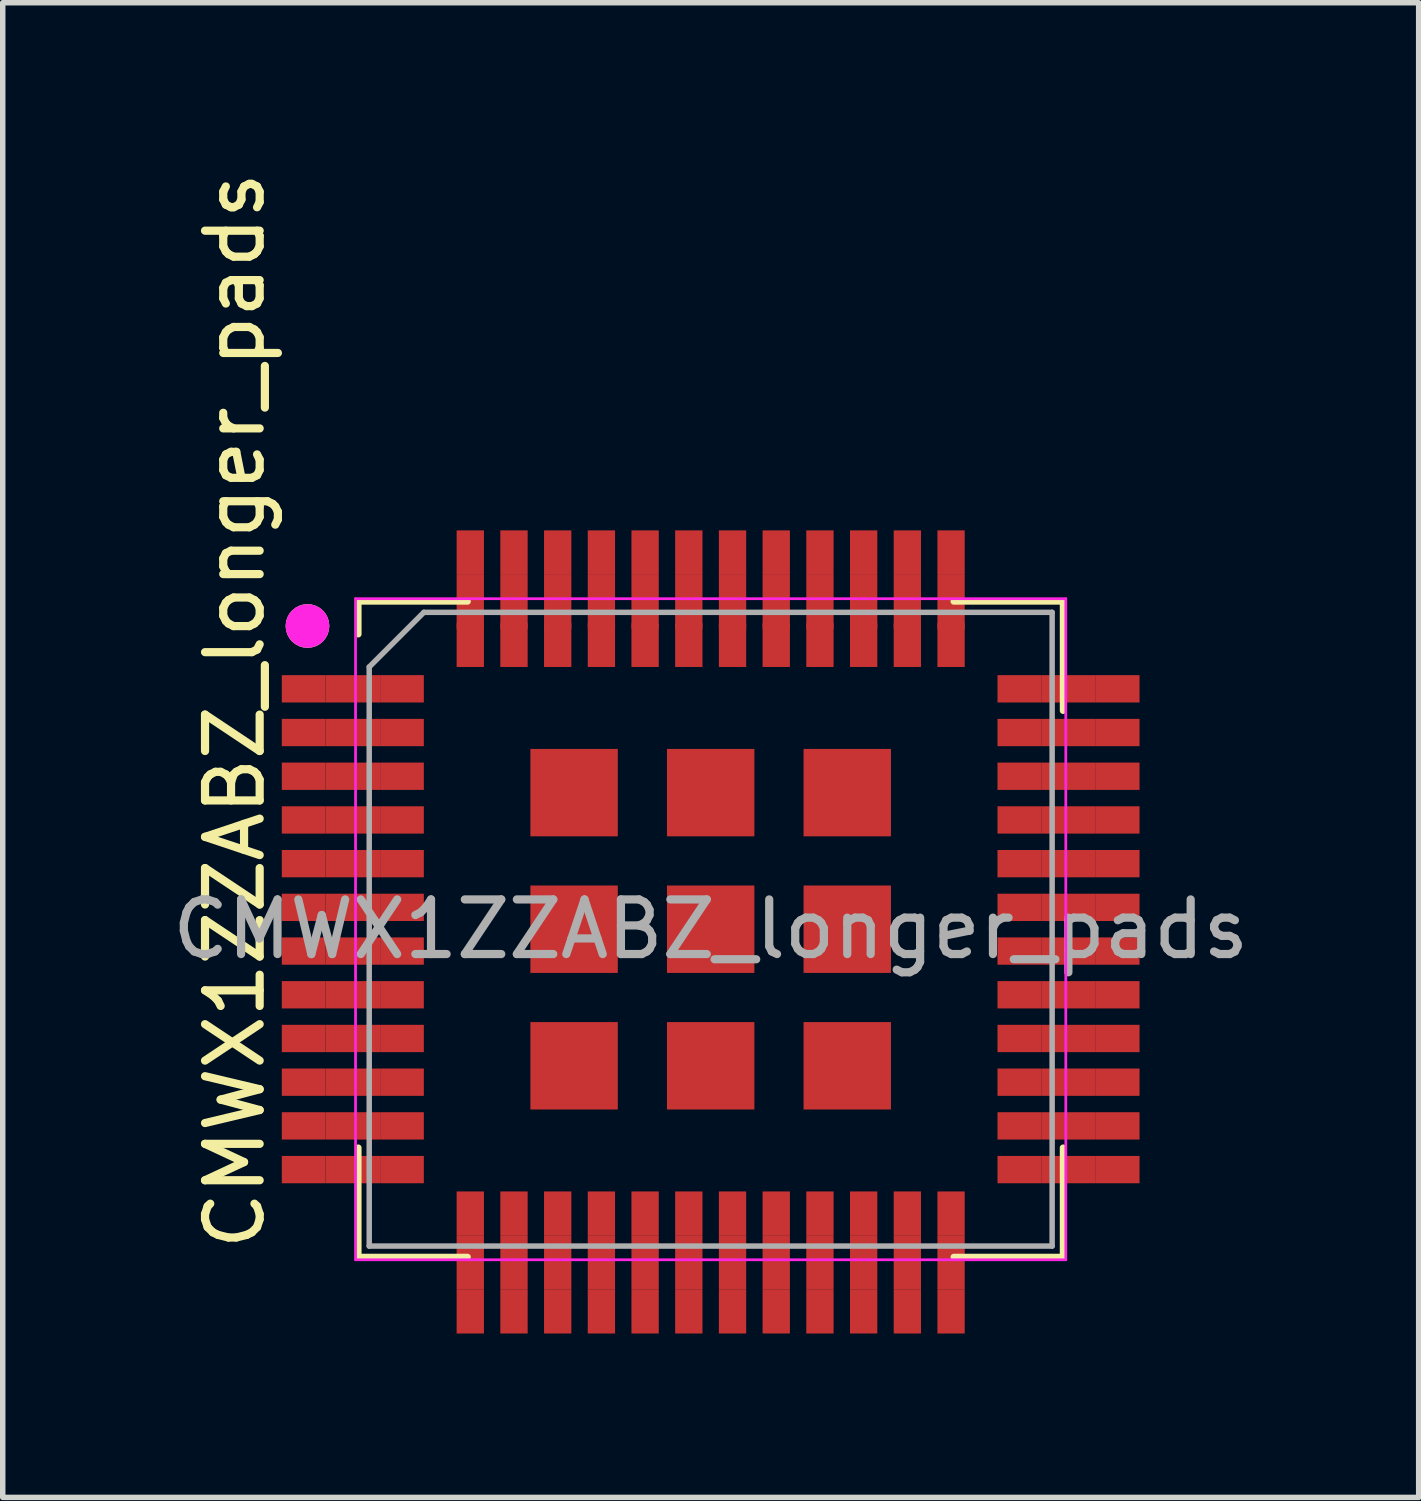
<source format=kicad_pcb>
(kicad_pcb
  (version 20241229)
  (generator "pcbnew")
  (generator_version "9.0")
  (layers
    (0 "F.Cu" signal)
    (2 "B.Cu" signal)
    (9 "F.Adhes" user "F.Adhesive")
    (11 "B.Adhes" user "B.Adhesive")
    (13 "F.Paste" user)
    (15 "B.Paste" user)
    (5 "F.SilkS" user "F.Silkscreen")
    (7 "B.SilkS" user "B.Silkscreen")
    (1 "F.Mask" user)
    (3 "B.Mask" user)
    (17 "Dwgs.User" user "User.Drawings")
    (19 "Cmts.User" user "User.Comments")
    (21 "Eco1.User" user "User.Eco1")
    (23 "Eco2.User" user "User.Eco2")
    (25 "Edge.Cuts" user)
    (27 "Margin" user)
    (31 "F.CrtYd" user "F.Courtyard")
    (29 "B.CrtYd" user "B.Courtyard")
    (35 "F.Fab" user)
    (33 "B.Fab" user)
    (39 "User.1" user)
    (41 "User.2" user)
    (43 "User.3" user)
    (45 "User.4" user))
  (footprint "CMWX1ZZABZ_longer_pads"
    (layer "F.Cu")
    (at 9.958 13.958)
    (property "Reference" "CMWX1ZZABZ_longer_pads" (at -8.71 -4 270) (layer "F.SilkS") (effects (font (size 1 1) (thickness 0.15))))
    (attr smd)
    (fp_line (start -6.45 -6) (end -6.45 -5.4) (stroke (width 0.12) (type solid)) (layer "F.SilkS"))
    (fp_line (start -6.45 -6) (end -4.45 -6) (stroke (width 0.12) (type solid)) (layer "F.SilkS"))
    (fp_line (start -6.45 4) (end -6.45 6) (stroke (width 0.12) (type solid)) (layer "F.SilkS"))
    (fp_line (start -6.45 6) (end -4.45 6) (stroke (width 0.12) (type solid)) (layer "F.SilkS"))
    (fp_line (start 4.45 -6) (end 6.45 -6) (stroke (width 0.12) (type solid)) (layer "F.SilkS"))
    (fp_line (start 4.45 6) (end 6.45 6) (stroke (width 0.12) (type solid)) (layer "F.SilkS"))
    (fp_line (start 6.45 -6) (end 6.45 -4) (stroke (width 0.12) (type solid)) (layer "F.SilkS"))
    (fp_line (start 6.45 4) (end 6.45 6) (stroke (width 0.12) (type solid)) (layer "F.SilkS"))
    (fp_circle (center -7.38 -5.55) (end -7.18 -5.55) (stroke (width 0.4) (type solid)) (fill no) (layer "F.SilkS"))
    (fp_line (start -6.5 -6.05) (end 6.5 -6.05) (stroke (width 0.05) (type solid)) (layer "F.CrtYd"))
    (fp_line (start -6.5 6.05) (end -6.5 -6.05) (stroke (width 0.05) (type solid)) (layer "F.CrtYd"))
    (fp_line (start -6.5 6.05) (end 6.5 6.05) (stroke (width 0.05) (type solid)) (layer "F.CrtYd"))
    (fp_line (start 6.5 -6.05) (end 6.5 6.05) (stroke (width 0.05) (type solid)) (layer "F.CrtYd"))
    (fp_circle (center -7.38 -5.55) (end -7.18 -5.55) (stroke (width 0.4) (type solid)) (fill no) (layer "F.CrtYd"))
    (fp_line (start -6.25 -4.8) (end -6.25 5.8) (stroke (width 0.1) (type solid)) (layer "F.Fab"))
    (fp_line (start -6.25 5.8) (end 6.25 5.8) (stroke (width 0.1) (type solid)) (layer "F.Fab"))
    (fp_line (start -5.25 -5.8) (end -6.25 -4.8) (stroke (width 0.1) (type solid)) (layer "F.Fab"))
    (fp_line (start -5.25 -5.8) (end 6.25 -5.8) (stroke (width 0.1) (type solid)) (layer "F.Fab"))
    (fp_line (start 6.25 -5.8) (end 6.25 5.8) (stroke (width 0.1) (type solid)) (layer "F.Fab"))
    (fp_text user "${REFERENCE}" (at 0 0 0) (layer "F.Fab") (effects (font (size 1 1) (thickness 0.15))))
    (pad "1" smd rect (at -7.45 -4.4) (size 0.8 0.5) (layers "F.Cu" "F.Mask" "F.Paste"))
    (pad "1" connect rect (at -6.55 -4.4) (size 1 0.5) (layers "F.Cu"))
    (pad "1" smd rect (at -5.65 -4.4) (size 0.8 0.5) (layers "F.Cu" "F.Mask" "F.Paste"))
    (pad "2" smd rect (at -7.45 -3.6) (size 0.8 0.5) (layers "F.Cu" "F.Mask" "F.Paste"))
    (pad "2" connect rect (at -6.55 -3.6) (size 1 0.5) (layers "F.Cu"))
    (pad "2" smd rect (at -5.65 -3.6) (size 0.8 0.5) (layers "F.Cu" "F.Mask" "F.Paste"))
    (pad "3" smd rect (at -7.45 -2.8) (size 0.8 0.5) (layers "F.Cu" "F.Mask" "F.Paste"))
    (pad "3" connect rect (at -6.55 -2.8) (size 1 0.5) (layers "F.Cu"))
    (pad "3" smd rect (at -5.65 -2.8) (size 0.8 0.5) (layers "F.Cu" "F.Mask" "F.Paste"))
    (pad "4" smd rect (at -7.45 -2) (size 0.8 0.5) (layers "F.Cu" "F.Mask" "F.Paste"))
    (pad "4" connect rect (at -6.55 -2) (size 1 0.5) (layers "F.Cu"))
    (pad "4" smd rect (at -5.65 -2) (size 0.8 0.5) (layers "F.Cu" "F.Mask" "F.Paste"))
    (pad "5" smd rect (at -7.45 -1.2) (size 0.8 0.5) (layers "F.Cu" "F.Mask" "F.Paste"))
    (pad "5" connect rect (at -6.55 -1.2) (size 1 0.5) (layers "F.Cu"))
    (pad "5" smd rect (at -5.65 -1.2) (size 0.8 0.5) (layers "F.Cu" "F.Mask" "F.Paste"))
    (pad "6" smd rect (at -7.45 -0.4) (size 0.8 0.5) (layers "F.Cu" "F.Mask" "F.Paste"))
    (pad "6" connect rect (at -6.55 -0.4) (size 1 0.5) (layers "F.Cu"))
    (pad "6" smd rect (at -5.65 -0.4) (size 0.8 0.5) (layers "F.Cu" "F.Mask" "F.Paste"))
    (pad "7" smd rect (at -7.45 0.4) (size 0.8 0.5) (layers "F.Cu" "F.Mask" "F.Paste"))
    (pad "7" connect rect (at -6.55 0.4) (size 1 0.5) (layers "F.Cu"))
    (pad "7" smd rect (at -5.65 0.4) (size 0.8 0.5) (layers "F.Cu" "F.Mask" "F.Paste"))
    (pad "8" smd rect (at -7.45 1.2) (size 0.8 0.5) (layers "F.Cu" "F.Mask" "F.Paste"))
    (pad "8" connect rect (at -6.55 1.2) (size 1 0.5) (layers "F.Cu"))
    (pad "8" smd rect (at -5.65 1.2) (size 0.8 0.5) (layers "F.Cu" "F.Mask" "F.Paste"))
    (pad "9" smd rect (at -7.45 2) (size 0.8 0.5) (layers "F.Cu" "F.Mask" "F.Paste"))
    (pad "9" connect rect (at -6.55 2) (size 1 0.5) (layers "F.Cu"))
    (pad "9" smd rect (at -5.65 2) (size 0.8 0.5) (layers "F.Cu" "F.Mask" "F.Paste"))
    (pad "10" smd rect (at -7.45 2.8) (size 0.8 0.5) (layers "F.Cu" "F.Mask" "F.Paste"))
    (pad "10" connect rect (at -6.55 2.8) (size 1 0.5) (layers "F.Cu"))
    (pad "10" smd rect (at -5.65 2.8) (size 0.8 0.5) (layers "F.Cu" "F.Mask" "F.Paste"))
    (pad "11" smd rect (at -7.45 3.6) (size 0.8 0.5) (layers "F.Cu" "F.Mask" "F.Paste"))
    (pad "11" connect rect (at -6.55 3.6) (size 1 0.5) (layers "F.Cu"))
    (pad "11" smd rect (at -5.65 3.6) (size 0.8 0.5) (layers "F.Cu" "F.Mask" "F.Paste"))
    (pad "12" smd rect (at -7.45 4.4) (size 0.8 0.5) (layers "F.Cu" "F.Mask" "F.Paste"))
    (pad "12" connect rect (at -6.55 4.4) (size 1 0.5) (layers "F.Cu"))
    (pad "12" smd rect (at -5.65 4.4) (size 0.8 0.5) (layers "F.Cu" "F.Mask" "F.Paste"))
    (pad "13" smd rect (at -4.4 5.2 90) (size 0.8 0.5) (layers "F.Cu" "F.Mask" "F.Paste"))
    (pad "13" connect rect (at -4.4 6.1 90) (size 1 0.5) (layers "F.Cu"))
    (pad "13" smd rect (at -4.4 7 270) (size 0.8 0.5) (layers "F.Cu" "F.Mask" "F.Paste"))
    (pad "14" smd rect (at -3.6 5.2 90) (size 0.8 0.5) (layers "F.Cu" "F.Mask" "F.Paste"))
    (pad "14" connect rect (at -3.6 6.1 90) (size 1 0.5) (layers "F.Cu"))
    (pad "14" smd rect (at -3.6 7 270) (size 0.8 0.5) (layers "F.Cu" "F.Mask" "F.Paste"))
    (pad "15" smd rect (at -2.8 5.2 90) (size 0.8 0.5) (layers "F.Cu" "F.Mask" "F.Paste"))
    (pad "15" connect rect (at -2.8 6.1 90) (size 1 0.5) (layers "F.Cu"))
    (pad "15" smd rect (at -2.8 7 270) (size 0.8 0.5) (layers "F.Cu" "F.Mask" "F.Paste"))
    (pad "16" smd rect (at -2 5.2 90) (size 0.8 0.5) (layers "F.Cu" "F.Mask" "F.Paste"))
    (pad "16" connect rect (at -2 6.1 90) (size 1 0.5) (layers "F.Cu"))
    (pad "16" smd rect (at -2 7 270) (size 0.8 0.5) (layers "F.Cu" "F.Mask" "F.Paste"))
    (pad "17" smd rect (at -1.2 5.2 90) (size 0.8 0.5) (layers "F.Cu" "F.Mask" "F.Paste"))
    (pad "17" connect rect (at -1.2 6.1 90) (size 1 0.5) (layers "F.Cu"))
    (pad "17" smd rect (at -1.2 7 270) (size 0.8 0.5) (layers "F.Cu" "F.Mask" "F.Paste"))
    (pad "18" smd rect (at -0.4 5.2 90) (size 0.8 0.5) (layers "F.Cu" "F.Mask" "F.Paste"))
    (pad "18" connect rect (at -0.4 6.1 90) (size 1 0.5) (layers "F.Cu"))
    (pad "18" smd rect (at -0.4 7 270) (size 0.8 0.5) (layers "F.Cu" "F.Mask" "F.Paste"))
    (pad "19" smd rect (at 0.4 5.2 90) (size 0.8 0.5) (layers "F.Cu" "F.Mask" "F.Paste"))
    (pad "19" connect rect (at 0.4 6.1 90) (size 1 0.5) (layers "F.Cu"))
    (pad "19" smd rect (at 0.4 7 270) (size 0.8 0.5) (layers "F.Cu" "F.Mask" "F.Paste"))
    (pad "20" smd rect (at 1.2 5.2 270) (size 0.8 0.5) (layers "F.Cu" "F.Mask" "F.Paste"))
    (pad "20" connect rect (at 1.2 6.1 90) (size 1 0.5) (layers "F.Cu"))
    (pad "20" smd rect (at 1.2 7 270) (size 0.8 0.5) (layers "F.Cu" "F.Mask" "F.Paste"))
    (pad "21" smd rect (at 2 5.2 270) (size 0.8 0.5) (layers "F.Cu" "F.Mask" "F.Paste"))
    (pad "21" connect rect (at 2 6.1 90) (size 1 0.5) (layers "F.Cu"))
    (pad "21" smd rect (at 2 7 270) (size 0.8 0.5) (layers "F.Cu" "F.Mask" "F.Paste"))
    (pad "22" smd rect (at 2.8 5.2 270) (size 0.8 0.5) (layers "F.Cu" "F.Mask" "F.Paste"))
    (pad "22" connect rect (at 2.8 6.1 90) (size 1 0.5) (layers "F.Cu"))
    (pad "22" smd rect (at 2.8 7 270) (size 0.8 0.5) (layers "F.Cu" "F.Mask" "F.Paste"))
    (pad "23" smd rect (at 3.6 5.2 270) (size 0.8 0.5) (layers "F.Cu" "F.Mask" "F.Paste"))
    (pad "23" connect rect (at 3.6 6.1 90) (size 1 0.5) (layers "F.Cu"))
    (pad "23" smd rect (at 3.6 7 270) (size 0.8 0.5) (layers "F.Cu" "F.Mask" "F.Paste"))
    (pad "24" smd rect (at 4.4 5.2 270) (size 0.8 0.5) (layers "F.Cu" "F.Mask" "F.Paste"))
    (pad "24" connect rect (at 4.4 6.1 90) (size 1 0.5) (layers "F.Cu"))
    (pad "24" smd rect (at 4.4 7 270) (size 0.8 0.5) (layers "F.Cu" "F.Mask" "F.Paste"))
    (pad "25" smd rect (at 5.65 4.4) (size 0.8 0.5) (layers "F.Cu" "F.Mask" "F.Paste"))
    (pad "25" connect rect (at 6.55 4.4) (size 1 0.5) (layers "F.Cu"))
    (pad "25" smd rect (at 7.45 4.4) (size 0.8 0.5) (layers "F.Cu" "F.Mask" "F.Paste"))
    (pad "26" smd rect (at 5.65 3.6) (size 0.8 0.5) (layers "F.Cu" "F.Mask" "F.Paste"))
    (pad "26" connect rect (at 6.55 3.6) (size 1 0.5) (layers "F.Cu"))
    (pad "26" smd rect (at 7.45 3.6) (size 0.8 0.5) (layers "F.Cu" "F.Mask" "F.Paste"))
    (pad "27" smd rect (at 5.65 2.8) (size 0.8 0.5) (layers "F.Cu" "F.Mask" "F.Paste"))
    (pad "27" connect rect (at 6.55 2.8) (size 1 0.5) (layers "F.Cu"))
    (pad "27" smd rect (at 7.45 2.8) (size 0.8 0.5) (layers "F.Cu" "F.Mask" "F.Paste"))
    (pad "28" smd rect (at 5.65 2) (size 0.8 0.5) (layers "F.Cu" "F.Mask" "F.Paste"))
    (pad "28" connect rect (at 6.55 2) (size 1 0.5) (layers "F.Cu"))
    (pad "28" smd rect (at 7.45 2) (size 0.8 0.5) (layers "F.Cu" "F.Mask" "F.Paste"))
    (pad "29" smd rect (at 5.65 1.2) (size 0.8 0.5) (layers "F.Cu" "F.Mask" "F.Paste"))
    (pad "29" connect rect (at 6.55 1.2) (size 1 0.5) (layers "F.Cu"))
    (pad "29" smd rect (at 7.45 1.2) (size 0.8 0.5) (layers "F.Cu" "F.Mask" "F.Paste"))
    (pad "30" smd rect (at 5.65 0.4) (size 0.8 0.5) (layers "F.Cu" "F.Mask" "F.Paste"))
    (pad "30" connect rect (at 6.55 0.4) (size 1 0.5) (layers "F.Cu"))
    (pad "30" smd rect (at 7.45 0.4) (size 0.8 0.5) (layers "F.Cu" "F.Mask" "F.Paste"))
    (pad "31" smd rect (at 5.65 -0.4) (size 0.8 0.5) (layers "F.Cu" "F.Mask" "F.Paste"))
    (pad "31" connect rect (at 6.55 -0.4) (size 1 0.5) (layers "F.Cu"))
    (pad "31" smd rect (at 7.45 -0.4) (size 0.8 0.5) (layers "F.Cu" "F.Mask" "F.Paste"))
    (pad "32" smd rect (at 5.65 -1.2) (size 0.8 0.5) (layers "F.Cu" "F.Mask" "F.Paste"))
    (pad "32" connect rect (at 6.55 -1.2) (size 1 0.5) (layers "F.Cu"))
    (pad "32" smd rect (at 7.45 -1.2) (size 0.8 0.5) (layers "F.Cu" "F.Mask" "F.Paste"))
    (pad "33" smd rect (at 5.65 -2) (size 0.8 0.5) (layers "F.Cu" "F.Mask" "F.Paste"))
    (pad "33" connect rect (at 6.55 -2) (size 1 0.5) (layers "F.Cu"))
    (pad "33" smd rect (at 7.45 -2) (size 0.8 0.5) (layers "F.Cu" "F.Mask" "F.Paste"))
    (pad "34" smd rect (at 5.65 -2.8) (size 0.8 0.5) (layers "F.Cu" "F.Mask" "F.Paste"))
    (pad "34" connect rect (at 6.55 -2.8) (size 1 0.5) (layers "F.Cu"))
    (pad "34" smd rect (at 7.45 -2.8) (size 0.8 0.5) (layers "F.Cu" "F.Mask" "F.Paste"))
    (pad "35" smd rect (at 5.65 -3.6) (size 0.8 0.5) (layers "F.Cu" "F.Mask" "F.Paste"))
    (pad "35" connect rect (at 6.55 -3.6) (size 1 0.5) (layers "F.Cu"))
    (pad "35" smd rect (at 7.45 -3.6) (size 0.8 0.5) (layers "F.Cu" "F.Mask" "F.Paste"))
    (pad "36" smd rect (at 5.65 -4.4) (size 0.8 0.5) (layers "F.Cu" "F.Mask" "F.Paste"))
    (pad "36" connect rect (at 6.55 -4.4) (size 1 0.5) (layers "F.Cu"))
    (pad "36" smd rect (at 7.45 -4.4) (size 0.8 0.5) (layers "F.Cu" "F.Mask" "F.Paste"))
    (pad "37" smd rect (at 4.4 -6.9 90) (size 0.8 0.5) (layers "F.Cu" "F.Mask" "F.Paste"))
    (pad "37" connect rect (at 4.4 -6 90) (size 1 0.5) (layers "F.Cu"))
    (pad "37" smd rect (at 4.4 -5.2 90) (size 0.8 0.5) (layers "F.Cu" "F.Mask" "F.Paste"))
    (pad "38" smd rect (at 3.6 -6.9 90) (size 0.8 0.5) (layers "F.Cu" "F.Mask" "F.Paste"))
    (pad "38" connect rect (at 3.6 -6 90) (size 1 0.5) (layers "F.Cu"))
    (pad "38" smd rect (at 3.6 -5.2 90) (size 0.8 0.5) (layers "F.Cu" "F.Mask" "F.Paste"))
    (pad "39" smd rect (at 2.8 -6.9 90) (size 0.8 0.5) (layers "F.Cu" "F.Mask" "F.Paste"))
    (pad "39" connect rect (at 2.8 -6 90) (size 1 0.5) (layers "F.Cu"))
    (pad "39" smd rect (at 2.8 -5.2 90) (size 0.8 0.5) (layers "F.Cu" "F.Mask" "F.Paste"))
    (pad "40" smd rect (at 2 -6.9 90) (size 0.8 0.5) (layers "F.Cu" "F.Mask" "F.Paste"))
    (pad "40" connect rect (at 2 -6 90) (size 1 0.5) (layers "F.Cu"))
    (pad "40" smd rect (at 2 -5.2 90) (size 0.8 0.5) (layers "F.Cu" "F.Mask" "F.Paste"))
    (pad "41" smd rect (at 1.2 -6.9 90) (size 0.8 0.5) (layers "F.Cu" "F.Mask" "F.Paste"))
    (pad "41" connect rect (at 1.2 -6 90) (size 1 0.5) (layers "F.Cu"))
    (pad "41" smd rect (at 1.2 -5.2 90) (size 0.8 0.5) (layers "F.Cu" "F.Mask" "F.Paste"))
    (pad "42" smd rect (at 0.4 -6.9 90) (size 0.8 0.5) (layers "F.Cu" "F.Mask" "F.Paste"))
    (pad "42" connect rect (at 0.4 -6 90) (size 1 0.5) (layers "F.Cu"))
    (pad "42" smd rect (at 0.4 -5.2 90) (size 0.8 0.5) (layers "F.Cu" "F.Mask" "F.Paste"))
    (pad "43" smd rect (at -0.4 -6.9 90) (size 0.8 0.5) (layers "F.Cu" "F.Mask" "F.Paste"))
    (pad "43" connect rect (at -0.4 -6 90) (size 1 0.5) (layers "F.Cu"))
    (pad "43" smd rect (at -0.4 -5.2 90) (size 0.8 0.5) (layers "F.Cu" "F.Mask" "F.Paste"))
    (pad "44" smd rect (at -1.2 -6.9 90) (size 0.8 0.5) (layers "F.Cu" "F.Mask" "F.Paste"))
    (pad "44" connect rect (at -1.2 -6 90) (size 1 0.5) (layers "F.Cu"))
    (pad "44" smd rect (at -1.2 -5.2 90) (size 0.8 0.5) (layers "F.Cu" "F.Mask" "F.Paste"))
    (pad "45" smd rect (at -2 -6.9 90) (size 0.8 0.5) (layers "F.Cu" "F.Mask" "F.Paste"))
    (pad "45" connect rect (at -2 -6 90) (size 1 0.5) (layers "F.Cu"))
    (pad "45" smd rect (at -2 -5.2 90) (size 0.8 0.5) (layers "F.Cu" "F.Mask" "F.Paste"))
    (pad "46" smd rect (at -2.8 -6.9 90) (size 0.8 0.5) (layers "F.Cu" "F.Mask" "F.Paste"))
    (pad "46" connect rect (at -2.8 -6 90) (size 1 0.5) (layers "F.Cu"))
    (pad "46" smd rect (at -2.8 -5.2 90) (size 0.8 0.5) (layers "F.Cu" "F.Mask" "F.Paste"))
    (pad "47" smd rect (at -3.6 -6.9 90) (size 0.8 0.5) (layers "F.Cu" "F.Mask" "F.Paste"))
    (pad "47" connect rect (at -3.6 -6 90) (size 1 0.5) (layers "F.Cu"))
    (pad "47" smd rect (at -3.6 -5.2 90) (size 0.8 0.5) (layers "F.Cu" "F.Mask" "F.Paste"))
    (pad "48" smd rect (at -4.4 -6.9 90) (size 0.8 0.5) (layers "F.Cu" "F.Mask" "F.Paste"))
    (pad "48" connect rect (at -4.4 -6 90) (size 1 0.5) (layers "F.Cu"))
    (pad "48" smd rect (at -4.4 -5.2 90) (size 0.8 0.5) (layers "F.Cu" "F.Mask" "F.Paste"))
    (pad "49" smd rect (at -2.5 -2.5 90) (size 1.6 1.6) (layers "F.Cu" "F.Mask" "F.Paste"))
    (pad "50" smd rect (at 0 -2.5 90) (size 1.6 1.6) (layers "F.Cu" "F.Mask" "F.Paste"))
    (pad "51" smd rect (at 2.5 -2.5 90) (size 1.6 1.6) (layers "F.Cu" "F.Mask" "F.Paste"))
    (pad "52" smd rect (at -2.5 0 90) (size 1.6 1.6) (layers "F.Cu" "F.Mask" "F.Paste"))
    (pad "53" smd rect (at 0 0 90) (size 1.6 1.6) (layers "F.Cu" "F.Mask" "F.Paste"))
    (pad "54" smd rect (at 2.5 0 90) (size 1.6 1.6) (layers "F.Cu" "F.Mask" "F.Paste"))
    (pad "55" smd rect (at -2.5 2.5 90) (size 1.6 1.6) (layers "F.Cu" "F.Mask" "F.Paste"))
    (pad "56" smd rect (at 0 2.5 90) (size 1.6 1.6) (layers "F.Cu" "F.Mask" "F.Paste"))
    (pad "57" smd rect (at 2.5 2.5 90) (size 1.6 1.6) (layers "F.Cu" "F.Mask" "F.Paste")))
  (gr_rect
    (start -3 -3)
    (end 22.917 24.358)
    (stroke (width 0.1) (type default))
    (fill no)
    (layer "Edge.Cuts")))
</source>
